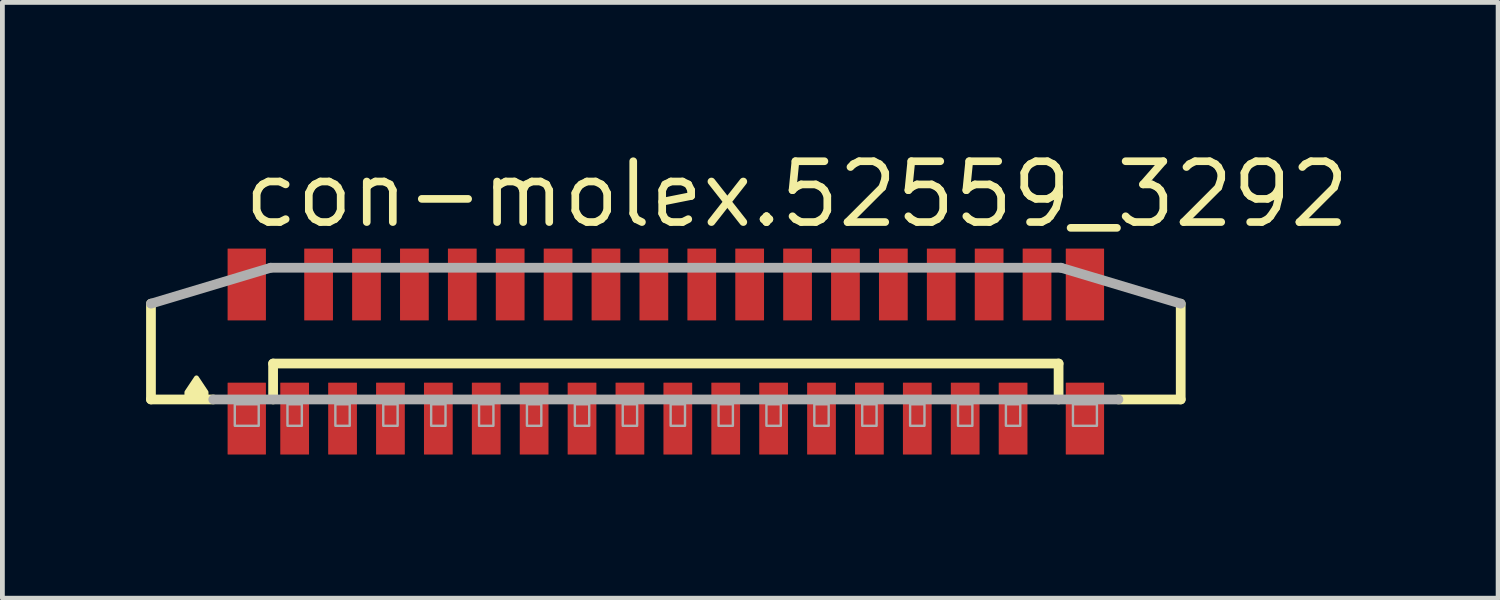
<source format=kicad_pcb>
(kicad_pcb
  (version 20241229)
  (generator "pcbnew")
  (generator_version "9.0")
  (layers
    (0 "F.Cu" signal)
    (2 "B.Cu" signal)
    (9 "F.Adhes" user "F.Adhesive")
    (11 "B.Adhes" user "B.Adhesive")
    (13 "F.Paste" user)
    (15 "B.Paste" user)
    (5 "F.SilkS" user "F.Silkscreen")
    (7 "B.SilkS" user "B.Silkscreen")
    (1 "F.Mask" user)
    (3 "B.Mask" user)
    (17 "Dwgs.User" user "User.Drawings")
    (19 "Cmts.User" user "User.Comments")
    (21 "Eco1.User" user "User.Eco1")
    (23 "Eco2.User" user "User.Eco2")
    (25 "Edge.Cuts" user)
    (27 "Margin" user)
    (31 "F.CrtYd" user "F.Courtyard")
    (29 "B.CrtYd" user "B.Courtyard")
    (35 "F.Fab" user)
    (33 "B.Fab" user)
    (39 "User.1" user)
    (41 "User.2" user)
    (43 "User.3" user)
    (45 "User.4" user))
  (footprint "con-molex.52559_3292"
    (layer "F.Cu")
    (at 10.852 4.29)
    (property "Reference" "con-molex.52559_3292" (at -8.89 -2.54 0) (layer "F.SilkS") (effects (font (size 1.27 1.27) (thickness 0.16)) (justify left bottom)))
    (attr smd)
    (fp_line (start -10.75 1) (end -10.75 -1) (stroke (width 0.203) (type default)) (layer "F.SilkS"))
    (fp_line (start -9.45 1) (end -10.75 1) (stroke (width 0.203) (type default)) (layer "F.SilkS"))
    (fp_line (start -8.2 0.25) (end 8.2 0.25) (stroke (width 0.203) (type default)) (layer "F.SilkS"))
    (fp_line (start -8.2 1) (end -8.2 0.25) (stroke (width 0.203) (type default)) (layer "F.SilkS"))
    (fp_line (start 8.2 0.25) (end 8.2 1) (stroke (width 0.203) (type default)) (layer "F.SilkS"))
    (fp_line (start 10.75 -1) (end 10.75 1) (stroke (width 0.203) (type default)) (layer "F.SilkS"))
    (fp_line (start 10.75 1) (end 9.45 1) (stroke (width 0.203) (type default)) (layer "F.SilkS"))
    (fp_poly (pts (xy -9.6 0.95) (xy -9.6 0.85) (xy -9.8 0.55) (xy -10 0.85) (xy -10 0.95)) (stroke (width 0.102) (type default)) (fill yes) (layer "F.SilkS"))
    (fp_line (start -10.75 -1) (end -8.25 -1.75) (stroke (width 0.203) (type default)) (layer "F.Fab"))
    (fp_line (start -8.25 -1.75) (end 8.25 -1.75) (stroke (width 0.203) (type default)) (layer "F.Fab"))
    (fp_line (start 8.25 -1.75) (end 10.75 -1) (stroke (width 0.203) (type default)) (layer "F.Fab"))
    (fp_line (start 9.45 1) (end -9.45 1) (stroke (width 0.203) (type default)) (layer "F.Fab"))
    (fp_rect (start -9 1.55) (end -8.5 1.1) (stroke (width 0.05) (type default)) (fill no) (layer "F.Fab"))
    (fp_rect (start -7.9 1.55) (end -7.6 1.1) (stroke (width 0.05) (type default)) (fill no) (layer "F.Fab"))
    (fp_rect (start -6.9 1.55) (end -6.6 1.1) (stroke (width 0.05) (type default)) (fill no) (layer "F.Fab"))
    (fp_rect (start -5.9 1.55) (end -5.6 1.1) (stroke (width 0.05) (type default)) (fill no) (layer "F.Fab"))
    (fp_rect (start -4.9 1.55) (end -4.6 1.1) (stroke (width 0.05) (type default)) (fill no) (layer "F.Fab"))
    (fp_rect (start -3.9 1.55) (end -3.6 1.1) (stroke (width 0.05) (type default)) (fill no) (layer "F.Fab"))
    (fp_rect (start -2.9 1.55) (end -2.6 1.1) (stroke (width 0.05) (type default)) (fill no) (layer "F.Fab"))
    (fp_rect (start -1.9 1.55) (end -1.6 1.1) (stroke (width 0.05) (type default)) (fill no) (layer "F.Fab"))
    (fp_rect (start -0.9 1.55) (end -0.6 1.1) (stroke (width 0.05) (type default)) (fill no) (layer "F.Fab"))
    (fp_rect (start 0.1 1.55) (end 0.4 1.1) (stroke (width 0.05) (type default)) (fill no) (layer "F.Fab"))
    (fp_rect (start 1.1 1.55) (end 1.4 1.1) (stroke (width 0.05) (type default)) (fill no) (layer "F.Fab"))
    (fp_rect (start 2.1 1.55) (end 2.4 1.1) (stroke (width 0.05) (type default)) (fill no) (layer "F.Fab"))
    (fp_rect (start 3.1 1.55) (end 3.4 1.1) (stroke (width 0.05) (type default)) (fill no) (layer "F.Fab"))
    (fp_rect (start 4.1 1.55) (end 4.4 1.1) (stroke (width 0.05) (type default)) (fill no) (layer "F.Fab"))
    (fp_rect (start 5.1 1.55) (end 5.4 1.1) (stroke (width 0.05) (type default)) (fill no) (layer "F.Fab"))
    (fp_rect (start 6.1 1.55) (end 6.4 1.1) (stroke (width 0.05) (type default)) (fill no) (layer "F.Fab"))
    (fp_rect (start 7.1 1.55) (end 7.4 1.1) (stroke (width 0.05) (type default)) (fill no) (layer "F.Fab"))
    (fp_rect (start 8.5 1.55) (end 9 1.1) (stroke (width 0.05) (type default)) (fill no) (layer "F.Fab"))
    (pad "1" smd roundrect (at -7.75 1.4) (size 0.6 1.5) (layers "F.Cu" "F.Mask" "F.Paste") (roundrect_rratio 0.01))
    (pad "2" smd roundrect (at -7.25 -1.4 180) (size 0.6 1.5) (layers "F.Cu" "F.Mask" "F.Paste") (roundrect_rratio 0.01))
    (pad "3" smd roundrect (at -6.75 1.4) (size 0.6 1.5) (layers "F.Cu" "F.Mask" "F.Paste") (roundrect_rratio 0.01))
    (pad "4" smd roundrect (at -6.25 -1.4 180) (size 0.6 1.5) (layers "F.Cu" "F.Mask" "F.Paste") (roundrect_rratio 0.01))
    (pad "5" smd roundrect (at -5.75 1.4) (size 0.6 1.5) (layers "F.Cu" "F.Mask" "F.Paste") (roundrect_rratio 0.01))
    (pad "6" smd roundrect (at -5.25 -1.4 180) (size 0.6 1.5) (layers "F.Cu" "F.Mask" "F.Paste") (roundrect_rratio 0.01))
    (pad "7" smd roundrect (at -4.75 1.4) (size 0.6 1.5) (layers "F.Cu" "F.Mask" "F.Paste") (roundrect_rratio 0.01))
    (pad "8" smd roundrect (at -4.25 -1.4 180) (size 0.6 1.5) (layers "F.Cu" "F.Mask" "F.Paste") (roundrect_rratio 0.01))
    (pad "9" smd roundrect (at -3.75 1.4) (size 0.6 1.5) (layers "F.Cu" "F.Mask" "F.Paste") (roundrect_rratio 0.01))
    (pad "10" smd roundrect (at -3.25 -1.4 180) (size 0.6 1.5) (layers "F.Cu" "F.Mask" "F.Paste") (roundrect_rratio 0.01))
    (pad "11" smd roundrect (at -2.75 1.4) (size 0.6 1.5) (layers "F.Cu" "F.Mask" "F.Paste") (roundrect_rratio 0.01))
    (pad "12" smd roundrect (at -2.25 -1.4 180) (size 0.6 1.5) (layers "F.Cu" "F.Mask" "F.Paste") (roundrect_rratio 0.01))
    (pad "13" smd roundrect (at -1.75 1.4) (size 0.6 1.5) (layers "F.Cu" "F.Mask" "F.Paste") (roundrect_rratio 0.01))
    (pad "14" smd roundrect (at -1.25 -1.4 180) (size 0.6 1.5) (layers "F.Cu" "F.Mask" "F.Paste") (roundrect_rratio 0.01))
    (pad "15" smd roundrect (at -0.75 1.4) (size 0.6 1.5) (layers "F.Cu" "F.Mask" "F.Paste") (roundrect_rratio 0.01))
    (pad "16" smd roundrect (at -0.25 -1.4 180) (size 0.6 1.5) (layers "F.Cu" "F.Mask" "F.Paste") (roundrect_rratio 0.01))
    (pad "17" smd roundrect (at 0.25 1.4) (size 0.6 1.5) (layers "F.Cu" "F.Mask" "F.Paste") (roundrect_rratio 0.01))
    (pad "18" smd roundrect (at 0.75 -1.4 180) (size 0.6 1.5) (layers "F.Cu" "F.Mask" "F.Paste") (roundrect_rratio 0.01))
    (pad "19" smd roundrect (at 1.25 1.4) (size 0.6 1.5) (layers "F.Cu" "F.Mask" "F.Paste") (roundrect_rratio 0.01))
    (pad "20" smd roundrect (at 1.75 -1.4 180) (size 0.6 1.5) (layers "F.Cu" "F.Mask" "F.Paste") (roundrect_rratio 0.01))
    (pad "21" smd roundrect (at 2.25 1.4) (size 0.6 1.5) (layers "F.Cu" "F.Mask" "F.Paste") (roundrect_rratio 0.01))
    (pad "22" smd roundrect (at 2.75 -1.4 180) (size 0.6 1.5) (layers "F.Cu" "F.Mask" "F.Paste") (roundrect_rratio 0.01))
    (pad "23" smd roundrect (at 3.25 1.4) (size 0.6 1.5) (layers "F.Cu" "F.Mask" "F.Paste") (roundrect_rratio 0.01))
    (pad "24" smd roundrect (at 3.75 -1.4 180) (size 0.6 1.5) (layers "F.Cu" "F.Mask" "F.Paste") (roundrect_rratio 0.01))
    (pad "25" smd roundrect (at 4.25 1.4) (size 0.6 1.5) (layers "F.Cu" "F.Mask" "F.Paste") (roundrect_rratio 0.01))
    (pad "26" smd roundrect (at 4.75 -1.4 180) (size 0.6 1.5) (layers "F.Cu" "F.Mask" "F.Paste") (roundrect_rratio 0.01))
    (pad "27" smd roundrect (at 5.25 1.4) (size 0.6 1.5) (layers "F.Cu" "F.Mask" "F.Paste") (roundrect_rratio 0.01))
    (pad "28" smd roundrect (at 5.75 -1.4 180) (size 0.6 1.5) (layers "F.Cu" "F.Mask" "F.Paste") (roundrect_rratio 0.01))
    (pad "29" smd roundrect (at 6.25 1.4) (size 0.6 1.5) (layers "F.Cu" "F.Mask" "F.Paste") (roundrect_rratio 0.01))
    (pad "30" smd roundrect (at 6.75 -1.4 180) (size 0.6 1.5) (layers "F.Cu" "F.Mask" "F.Paste") (roundrect_rratio 0.01))
    (pad "31" smd roundrect (at 7.25 1.4) (size 0.6 1.5) (layers "F.Cu" "F.Mask" "F.Paste") (roundrect_rratio 0.01))
    (pad "32" smd roundrect (at 7.75 -1.4 180) (size 0.6 1.5) (layers "F.Cu" "F.Mask" "F.Paste") (roundrect_rratio 0.01))
    (pad "M1" smd roundrect (at -8.75 1.4) (size 0.8 1.5) (layers "F.Cu" "F.Mask" "F.Paste") (roundrect_rratio 0.01))
    (pad "M2" smd roundrect (at 8.75 1.4) (size 0.8 1.5) (layers "F.Cu" "F.Mask" "F.Paste") (roundrect_rratio 0.01))
    (pad "M3" smd roundrect (at 8.75 -1.4 180) (size 0.8 1.5) (layers "F.Cu" "F.Mask" "F.Paste") (roundrect_rratio 0.01))
    (pad "M4" smd roundrect (at -8.75 -1.4 180) (size 0.8 1.5) (layers "F.Cu" "F.Mask" "F.Paste") (roundrect_rratio 0.01)))
  (gr_rect
    (start -3 -3)
    (end 28.229 9.44)
    (stroke (width 0.1) (type default))
    (fill no)
    (layer "Edge.Cuts")))
</source>
